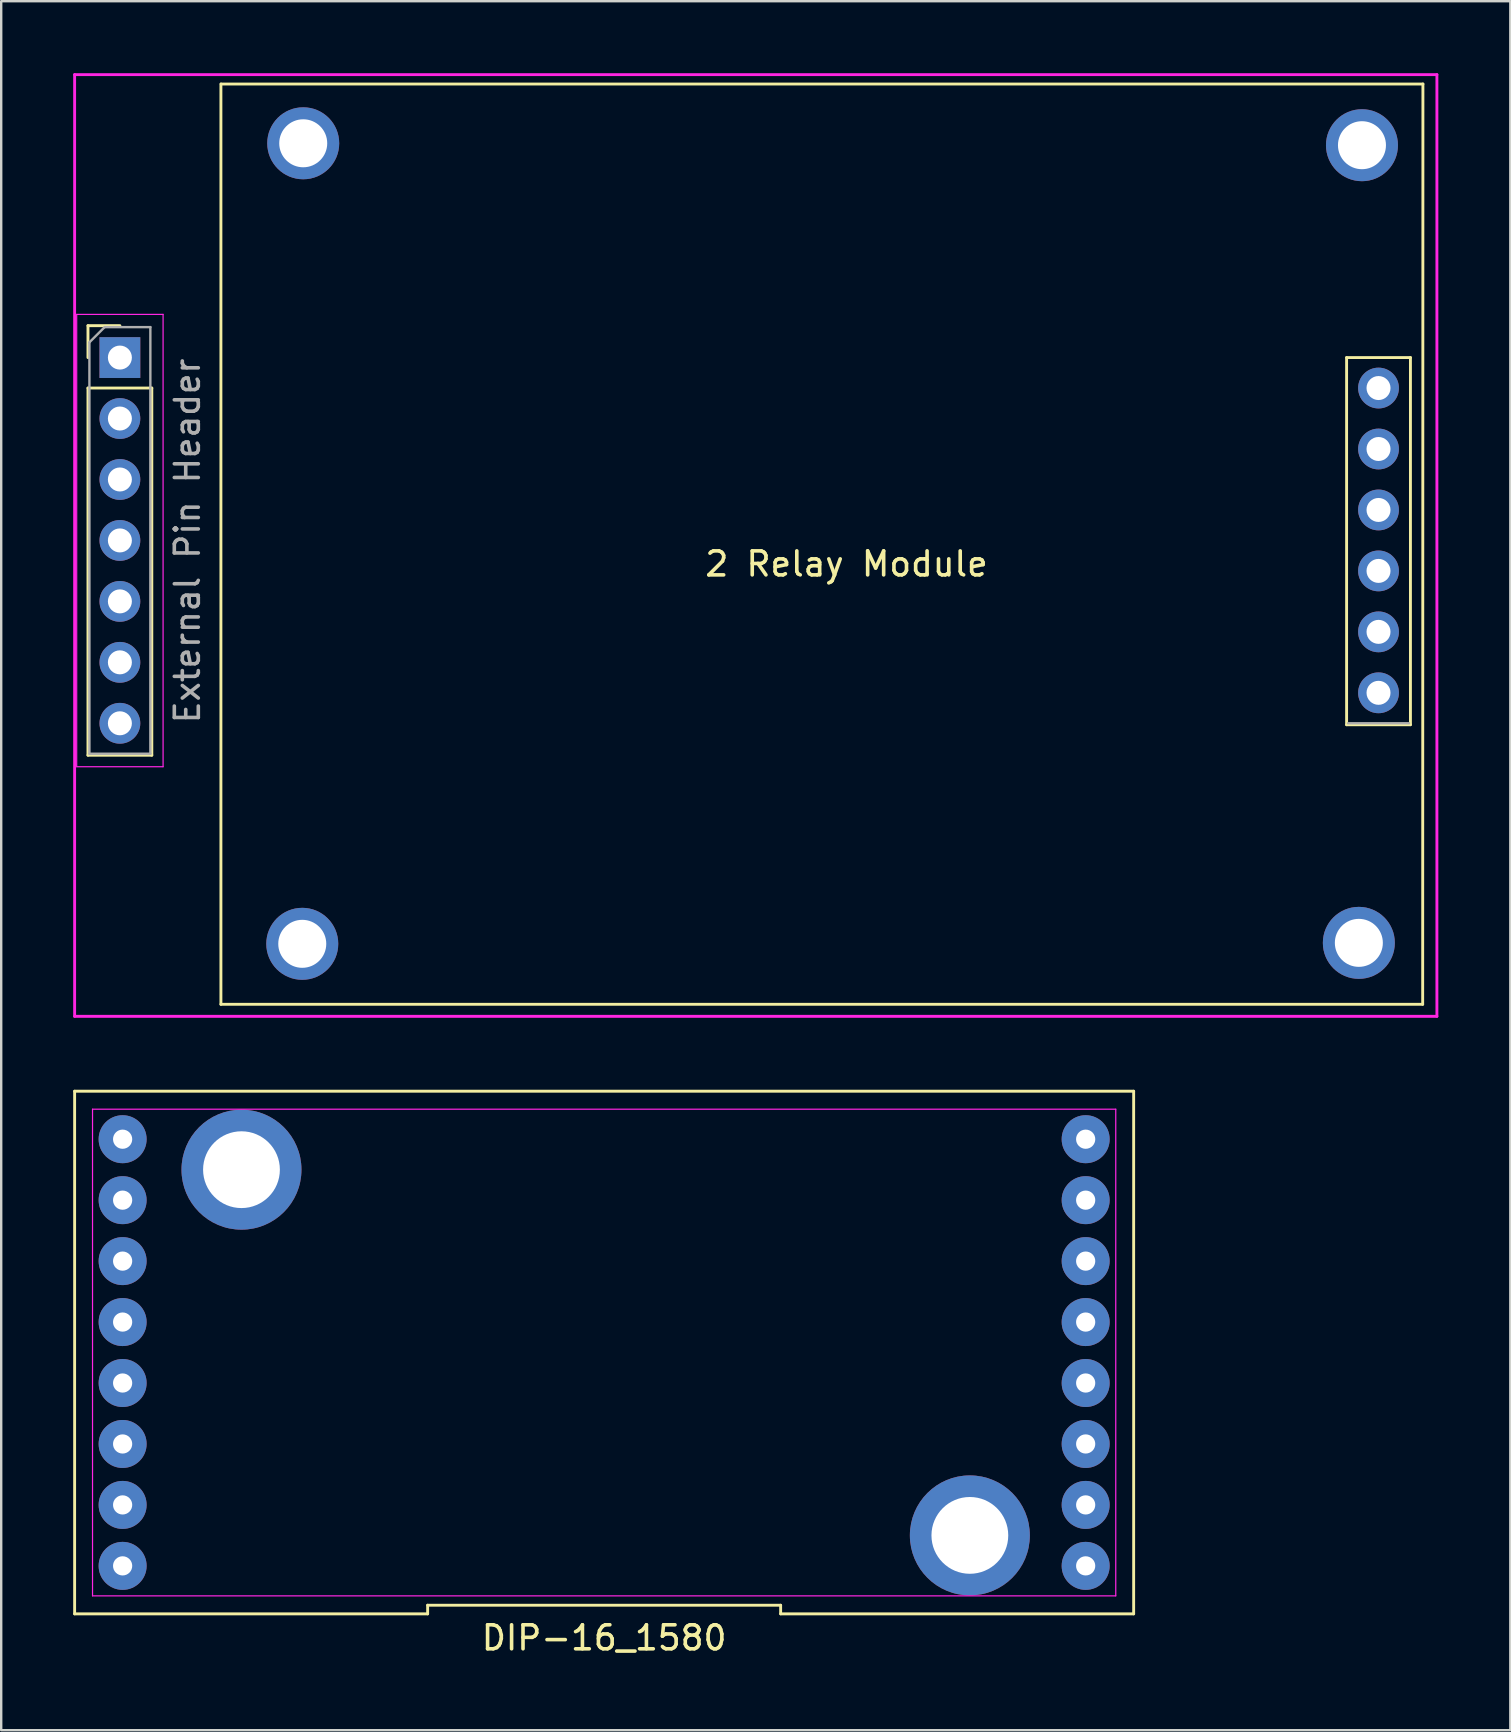
<source format=kicad_pcb>
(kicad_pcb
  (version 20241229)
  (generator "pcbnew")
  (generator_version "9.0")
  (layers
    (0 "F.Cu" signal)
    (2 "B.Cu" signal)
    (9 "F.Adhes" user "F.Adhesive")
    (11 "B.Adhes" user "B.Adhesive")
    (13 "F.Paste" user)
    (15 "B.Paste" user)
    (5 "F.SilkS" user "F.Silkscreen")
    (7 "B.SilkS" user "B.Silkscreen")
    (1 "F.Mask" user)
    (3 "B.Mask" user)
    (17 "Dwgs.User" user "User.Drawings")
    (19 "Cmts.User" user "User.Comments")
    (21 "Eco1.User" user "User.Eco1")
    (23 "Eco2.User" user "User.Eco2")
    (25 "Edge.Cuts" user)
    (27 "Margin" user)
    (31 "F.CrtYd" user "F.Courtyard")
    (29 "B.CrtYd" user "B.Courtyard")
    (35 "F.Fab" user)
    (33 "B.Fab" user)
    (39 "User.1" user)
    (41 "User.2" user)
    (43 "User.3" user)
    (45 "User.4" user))
  (footprint "2 Relay Module"
    (layer "F.Cu")
    (at 31.556 19.491)
    (property "Reference" "2 Relay Module" (at 0.67 0.96 0) (layer "F.SilkS") (effects (font (size 1 1) (thickness 0.15))))
    (attr through_hole)
    (fp_line (start -30.94 -8.97) (end -29.61 -8.97) (stroke (width 0.12) (type solid)) (layer "F.SilkS"))
    (fp_line (start -30.94 -7.64) (end -30.94 -8.97) (stroke (width 0.12) (type solid)) (layer "F.SilkS"))
    (fp_line (start -30.94 -6.37) (end -30.94 8.93) (stroke (width 0.12) (type solid)) (layer "F.SilkS"))
    (fp_line (start -30.94 -6.37) (end -28.28 -6.37) (stroke (width 0.12) (type solid)) (layer "F.SilkS"))
    (fp_line (start -30.94 8.93) (end -28.28 8.93) (stroke (width 0.12) (type solid)) (layer "F.SilkS"))
    (fp_line (start -28.28 -6.37) (end -28.28 8.93) (stroke (width 0.12) (type solid)) (layer "F.SilkS"))
    (fp_line (start -25.4 19.31) (end -25.4 -19.04) (stroke (width 0.12) (type solid)) (layer "F.SilkS"))
    (fp_line (start -25.39 -19.04) (end 24.69 -19.04) (stroke (width 0.12) (type solid)) (layer "F.SilkS"))
    (fp_line (start 21.51 -7.64) (end 21.51 7.66) (stroke (width 0.12) (type solid)) (layer "F.SilkS"))
    (fp_line (start 21.51 -7.64) (end 24.17 -7.64) (stroke (width 0.12) (type solid)) (layer "F.SilkS"))
    (fp_line (start 21.51 7.66) (end 24.17 7.66) (stroke (width 0.12) (type solid)) (layer "F.SilkS"))
    (fp_line (start 24.17 -7.64) (end 24.17 7.66) (stroke (width 0.12) (type solid)) (layer "F.SilkS"))
    (fp_line (start 24.68 19.31) (end -25.4 19.31) (stroke (width 0.12) (type solid)) (layer "F.SilkS"))
    (fp_line (start 24.69 -19.04) (end 24.68 19.31) (stroke (width 0.12) (type solid)) (layer "F.SilkS"))
    (fp_line (start -31.496 -19.431) (end 25.273 -19.431) (stroke (width 0.12) (type solid)) (layer "F.CrtYd"))
    (fp_line (start -31.496 19.812) (end -31.496 -19.431) (stroke (width 0.12) (type solid)) (layer "F.CrtYd"))
    (fp_line (start -31.41 -9.44) (end -31.41 9.41) (stroke (width 0.05) (type solid)) (layer "F.CrtYd"))
    (fp_line (start -31.41 9.41) (end -27.81 9.41) (stroke (width 0.05) (type solid)) (layer "F.CrtYd"))
    (fp_line (start -27.81 -9.44) (end -31.41 -9.44) (stroke (width 0.05) (type solid)) (layer "F.CrtYd"))
    (fp_line (start -27.81 9.41) (end -27.81 -9.44) (stroke (width 0.05) (type solid)) (layer "F.CrtYd"))
    (fp_line (start 25.273 -19.431) (end 25.273 19.812) (stroke (width 0.12) (type solid)) (layer "F.CrtYd"))
    (fp_line (start 25.273 19.812) (end -31.496 19.812) (stroke (width 0.12) (type solid)) (layer "F.CrtYd"))
    (fp_line (start -30.88 -8.275) (end -30.245 -8.91) (stroke (width 0.1) (type solid)) (layer "F.Fab"))
    (fp_line (start -30.88 8.87) (end -30.88 -8.275) (stroke (width 0.1) (type solid)) (layer "F.Fab"))
    (fp_line (start -30.245 -8.91) (end -28.34 -8.91) (stroke (width 0.1) (type solid)) (layer "F.Fab"))
    (fp_line (start -28.34 -8.91) (end -28.34 8.87) (stroke (width 0.1) (type solid)) (layer "F.Fab"))
    (fp_line (start -28.34 8.87) (end -30.88 8.87) (stroke (width 0.1) (type solid)) (layer "F.Fab"))
    (fp_line (start 24.11 7.6) (end 21.57 7.6) (stroke (width 0.1) (type solid)) (layer "F.Fab"))
    (fp_text user "External Pin Header" (at -26.797 0 90) (layer "F.Fab") (effects (font (size 1 1) (thickness 0.15))))
    (pad "" thru_hole circle (at -22.01 16.79) (size 3 3) (drill 2) (layers "*.Cu" "*.Mask"))
    (pad "" thru_hole circle (at -21.97 -16.57) (size 3 3) (drill 2) (layers "*.Cu" "*.Mask"))
    (pad "" thru_hole circle (at 22.02 16.75) (size 3 3) (drill 2) (layers "*.Cu" "*.Mask"))
    (pad "" thru_hole circle (at 22.15 -16.49) (size 3 3) (drill 2) (layers "*.Cu" "*.Mask"))
    (pad "1" thru_hole rect (at -29.61 -7.64) (size 1.7 1.7) (drill 1) (layers "*.Cu" "*.Mask"))
    (pad "2" thru_hole oval (at -29.61 -5.1) (size 1.7 1.7) (drill 1) (layers "*.Cu" "*.Mask"))
    (pad "3" thru_hole oval (at -29.61 -2.56) (size 1.7 1.7) (drill 1) (layers "*.Cu" "*.Mask"))
    (pad "4" thru_hole oval (at -29.61 -0.02) (size 1.7 1.7) (drill 1) (layers "*.Cu" "*.Mask"))
    (pad "5" thru_hole oval (at -29.61 2.52) (size 1.7 1.7) (drill 1) (layers "*.Cu" "*.Mask"))
    (pad "6" thru_hole oval (at -29.61 5.06) (size 1.7 1.7) (drill 1) (layers "*.Cu" "*.Mask"))
    (pad "7" thru_hole oval (at -29.61 7.6) (size 1.7 1.7) (drill 1) (layers "*.Cu" "*.Mask"))
    (pad "8" thru_hole oval (at 22.84 -6.37) (size 1.7 1.7) (drill 1) (layers "*.Cu" "*.Mask"))
    (pad "9" thru_hole oval (at 22.84 -3.83) (size 1.7 1.7) (drill 1) (layers "*.Cu" "*.Mask"))
    (pad "10" thru_hole oval (at 22.84 -1.29) (size 1.7 1.7) (drill 1) (layers "*.Cu" "*.Mask"))
    (pad "11" thru_hole oval (at 22.84 1.25) (size 1.7 1.7) (drill 1) (layers "*.Cu" "*.Mask"))
    (pad "12" thru_hole oval (at 22.84 3.79) (size 1.7 1.7) (drill 1) (layers "*.Cu" "*.Mask"))
    (pad "13" thru_hole oval (at 22.84 6.33) (size 1.7 1.7) (drill 1) (layers "*.Cu" "*.Mask")))
  (footprint "DIP-16_1580"
    (layer "F.Cu")
    (at 21.999 53.313)
    (property "Reference" "DIP-16_1580" (at 0.127 11.89 180) (layer "F.SilkS") (effects (font (size 1 1) (thickness 0.15))))
    (attr through_hole)
    (fp_line (start -21.939 -10.89) (end -21.939 10.89) (stroke (width 0.12) (type solid)) (layer "F.SilkS"))
    (fp_line (start -21.939 10.89) (end -7.228 10.89) (stroke (width 0.12) (type solid)) (layer "F.SilkS"))
    (fp_line (start -7.228 10.53) (end 7.482 10.53) (stroke (width 0.12) (type solid)) (layer "F.SilkS"))
    (fp_line (start -7.228 10.89) (end -7.228 10.53) (stroke (width 0.12) (type solid)) (layer "F.SilkS"))
    (fp_line (start 7.482 10.53) (end 7.482 10.89) (stroke (width 0.12) (type solid)) (layer "F.SilkS"))
    (fp_line (start 7.482 10.89) (end 22.193 10.89) (stroke (width 0.12) (type solid)) (layer "F.SilkS"))
    (fp_line (start 22.193 -10.89) (end -21.939 -10.89) (stroke (width 0.12) (type solid)) (layer "F.SilkS"))
    (fp_line (start 22.193 10.89) (end 22.193 -10.89) (stroke (width 0.12) (type solid)) (layer "F.SilkS"))
    (fp_line (start -21.193 -10.14) (end 21.447 -10.14) (stroke (width 0.05) (type solid)) (layer "F.CrtYd"))
    (fp_line (start -21.193 10.14) (end -21.193 -10.14) (stroke (width 0.05) (type solid)) (layer "F.CrtYd"))
    (fp_line (start 21.447 -10.14) (end 21.447 10.14) (stroke (width 0.05) (type solid)) (layer "F.CrtYd"))
    (fp_line (start 21.447 10.14) (end -21.193 10.14) (stroke (width 0.05) (type solid)) (layer "F.CrtYd"))
    (pad "1" thru_hole circle (at 20.193 8.89 90) (size 2 2) (drill 0.8) (layers "*.Cu" "*.Mask"))
    (pad "2" thru_hole circle (at 20.193 6.35 90) (size 2 2) (drill 0.8) (layers "*.Cu" "*.Mask"))
    (pad "3" thru_hole circle (at 20.193 3.81 90) (size 2 2) (drill 0.8) (layers "*.Cu" "*.Mask"))
    (pad "4" thru_hole circle (at 20.193 1.27 90) (size 2 2) (drill 0.8) (layers "*.Cu" "*.Mask"))
    (pad "5" thru_hole circle (at 20.193 -1.27 90) (size 2 2) (drill 0.8) (layers "*.Cu" "*.Mask"))
    (pad "6" thru_hole circle (at 20.193 -3.81 90) (size 2 2) (drill 0.8) (layers "*.Cu" "*.Mask"))
    (pad "7" thru_hole circle (at 20.193 -6.35 90) (size 2 2) (drill 0.8) (layers "*.Cu" "*.Mask"))
    (pad "8" thru_hole circle (at 20.193 -8.89 90) (size 2 2) (drill 0.8) (layers "*.Cu" "*.Mask"))
    (pad "9" thru_hole circle (at -19.939 -8.89 90) (size 2 2) (drill 0.8) (layers "*.Cu" "*.Mask"))
    (pad "10" thru_hole circle (at -19.939 -6.35 90) (size 2 2) (drill 0.8) (layers "*.Cu" "*.Mask"))
    (pad "11" thru_hole circle (at -19.939 -3.81 90) (size 2 2) (drill 0.8) (layers "*.Cu" "*.Mask"))
    (pad "12" thru_hole circle (at -19.939 -1.27 90) (size 2 2) (drill 0.8) (layers "*.Cu" "*.Mask"))
    (pad "13" thru_hole circle (at -19.939 1.27 90) (size 2 2) (drill 0.8) (layers "*.Cu" "*.Mask"))
    (pad "14" thru_hole circle (at -19.939 3.81 90) (size 2 2) (drill 0.8) (layers "*.Cu" "*.Mask"))
    (pad "15" thru_hole circle (at -19.939 6.35 90) (size 2 2) (drill 0.8) (layers "*.Cu" "*.Mask"))
    (pad "16" thru_hole circle (at -19.939 8.89 90) (size 2 2) (drill 0.8) (layers "*.Cu" "*.Mask"))
    (pad "17" thru_hole circle (at -14.986 -7.62) (size 5 5) (drill 3.2) (layers "*.Cu" "*.Mask"))
    (pad "18" thru_hole circle (at 15.367 7.62) (size 5 5) (drill 3.2) (layers "*.Cu" "*.Mask")))
  (gr_rect
    (start -3 -3)
    (end 59.889 69.051)
    (stroke (width 0.1) (type default))
    (fill no)
    (layer "Edge.Cuts")))
</source>
